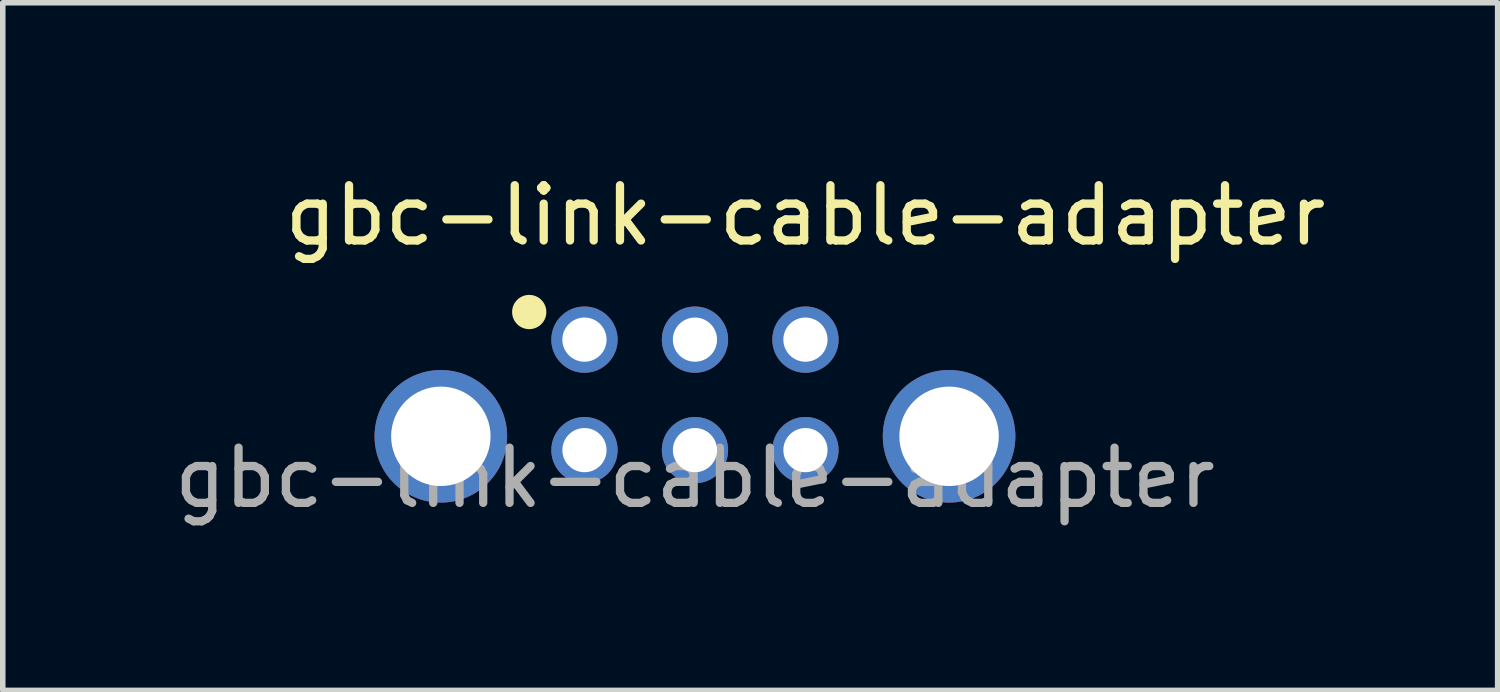
<source format=kicad_pcb>
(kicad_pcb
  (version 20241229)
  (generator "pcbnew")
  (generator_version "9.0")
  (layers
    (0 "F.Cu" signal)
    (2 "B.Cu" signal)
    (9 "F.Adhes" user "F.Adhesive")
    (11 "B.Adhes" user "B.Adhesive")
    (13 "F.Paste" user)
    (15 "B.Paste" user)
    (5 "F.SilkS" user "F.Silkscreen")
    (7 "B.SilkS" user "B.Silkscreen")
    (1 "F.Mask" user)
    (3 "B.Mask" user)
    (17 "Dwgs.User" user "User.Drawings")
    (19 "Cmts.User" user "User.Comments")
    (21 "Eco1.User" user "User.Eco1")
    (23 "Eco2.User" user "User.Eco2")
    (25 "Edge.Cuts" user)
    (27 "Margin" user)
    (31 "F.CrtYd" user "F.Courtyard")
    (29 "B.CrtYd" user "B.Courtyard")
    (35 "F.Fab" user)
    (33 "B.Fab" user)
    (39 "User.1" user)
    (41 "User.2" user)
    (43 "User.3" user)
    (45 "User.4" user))
  (footprint "gbc-link-cable-adapter"
    (layer "F.Cu")
    (at 9.53 3.098)
    (property "Reference" "gbc-link-cable-adapter" (at 2 -2.25 0) (unlocked yes) (layer "F.SilkS") (effects (font (size 1 1) (thickness 0.15))))
    (attr through_hole)
    (fp_circle (center -3 -0.5) (end -2.75 -0.5) (stroke (width 0.12) (type solid)) (fill yes) (layer "F.SilkS"))
    (fp_text user "${REFERENCE}" (at 0 2.5 0) (unlocked yes) (layer "F.Fab") (effects (font (size 1 1) (thickness 0.15))))
    (pad "1" thru_hole circle (at -2 0) (size 1.2 1.2) (drill 0.8) (layers "*.Cu" "*.Mask"))
    (pad "2" thru_hole circle (at -2 2) (size 1.2 1.2) (drill 0.8) (layers "*.Cu" "*.Mask"))
    (pad "3" thru_hole circle (at 0 0) (size 1.2 1.2) (drill 0.8) (layers "*.Cu" "*.Mask"))
    (pad "4" thru_hole circle (at 0 2) (size 1.2 1.2) (drill 0.8) (layers "*.Cu" "*.Mask"))
    (pad "5" thru_hole circle (at 2 0) (size 1.2 1.2) (drill 0.8) (layers "*.Cu" "*.Mask"))
    (pad "6" thru_hole circle (at 2 2) (size 1.2 1.2) (drill 0.8) (layers "*.Cu" "*.Mask"))
    (pad "7" thru_hole circle (at 4.6 1.75) (size 2.4 2.4) (drill 1.8) (layers "*.Cu" "*.Mask"))
    (pad "8" thru_hole circle (at -4.6 1.75) (size 2.4 2.4) (drill 1.8) (layers "*.Cu" "*.Mask")))
  (gr_rect
    (start -3 -3)
    (end 24.06 9.447)
    (stroke (width 0.1) (type default))
    (fill no)
    (layer "Edge.Cuts")))
</source>
